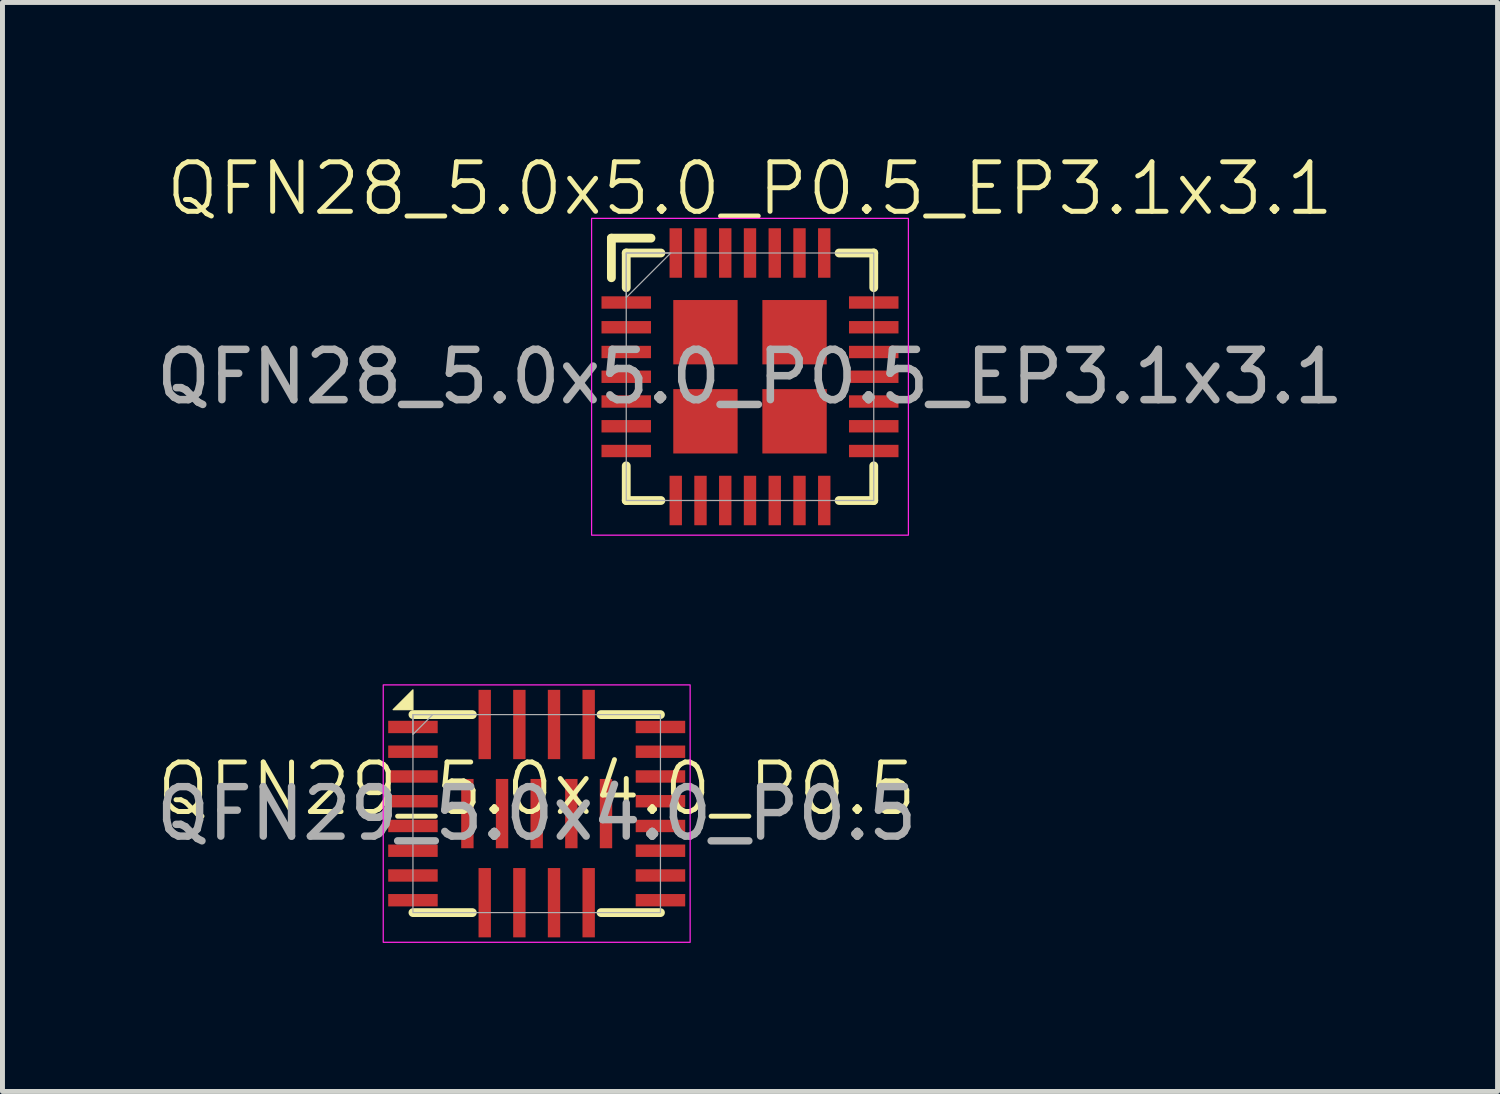
<source format=kicad_pcb>
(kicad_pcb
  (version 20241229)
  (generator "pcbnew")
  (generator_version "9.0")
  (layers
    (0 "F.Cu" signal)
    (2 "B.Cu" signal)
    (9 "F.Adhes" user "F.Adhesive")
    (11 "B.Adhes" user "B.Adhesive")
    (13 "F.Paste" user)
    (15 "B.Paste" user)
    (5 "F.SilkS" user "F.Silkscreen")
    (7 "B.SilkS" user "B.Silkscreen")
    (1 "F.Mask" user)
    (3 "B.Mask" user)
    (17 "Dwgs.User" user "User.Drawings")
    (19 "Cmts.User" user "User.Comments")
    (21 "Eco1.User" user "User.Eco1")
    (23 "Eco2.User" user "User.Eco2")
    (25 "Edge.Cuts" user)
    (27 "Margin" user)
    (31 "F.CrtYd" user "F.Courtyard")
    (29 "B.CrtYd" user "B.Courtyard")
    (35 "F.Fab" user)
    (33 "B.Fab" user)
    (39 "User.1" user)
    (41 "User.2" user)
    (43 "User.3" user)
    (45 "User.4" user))
  (footprint "QFN29_5.0x4.0_P0.5"
    (layer "F.Cu")
    (at 7.792 13.386)
    (property "Reference" "QFN29_5.0x4.0_P0.5" (at 0 -0.5 0) (unlocked yes) (layer "F.SilkS") (effects (font (size 1 1) (thickness 0.1))))
    (attr smd)
    (fp_line (start -2.5 -2) (end -1.3 -2) (stroke (width 0.178) (type default)) (layer "F.SilkS"))
    (fp_line (start -2.5 2) (end -1.3 2) (stroke (width 0.178) (type default)) (layer "F.SilkS"))
    (fp_line (start 1.3 -2) (end 2.5 -2) (stroke (width 0.178) (type default)) (layer "F.SilkS"))
    (fp_line (start 1.3 2) (end 2.5 2) (stroke (width 0.178) (type default)) (layer "F.SilkS"))
    (fp_poly (pts (xy -2.9 -2.1) (xy -2.5 -2.1) (xy -2.5 -2.5)) (stroke (width 0.025) (type solid)) (fill yes) (layer "F.SilkS"))
    (fp_rect (start -3.1 2.6) (end 3.1 -2.6) (stroke (width 0.025) (type default)) (fill no) (layer "F.CrtYd"))
    (fp_rect (start -2.5 2) (end 2.5 -2) (stroke (width 0.025) (type default)) (fill no) (layer "F.Fab"))
    (fp_poly (pts (xy -2.5 -2) (xy -2.5 -1.6) (xy -2.1 -2)) (stroke (width 0.025) (type solid)) (fill no) (layer "F.Fab"))
    (fp_text user "${REFERENCE}" (at 0 0 0) (unlocked yes) (layer "F.Fab") (effects (font (size 1 1) (thickness 0.15))))
    (pad "1" smd rect (at -2.5 -1.75) (size 1 0.25) (layers "F.Cu" "F.Mask" "F.Paste"))
    (pad "2" smd rect (at -2.5 -1.25) (size 1 0.25) (layers "F.Cu" "F.Mask" "F.Paste"))
    (pad "3" smd rect (at -2.5 -0.75) (size 1 0.25) (layers "F.Cu" "F.Mask" "F.Paste"))
    (pad "4" smd rect (at -2.5 -0.25) (size 1 0.25) (layers "F.Cu" "F.Mask" "F.Paste"))
    (pad "5" smd rect (at -2.5 0.25) (size 1 0.25) (layers "F.Cu" "F.Mask" "F.Paste"))
    (pad "6" smd rect (at -2.5 0.75) (size 1 0.25) (layers "F.Cu" "F.Mask" "F.Paste"))
    (pad "7" smd rect (at -2.5 1.25) (size 1 0.25) (layers "F.Cu" "F.Mask" "F.Paste"))
    (pad "8" smd rect (at -2.5 1.75) (size 1 0.25) (layers "F.Cu" "F.Mask" "F.Paste"))
    (pad "9" smd rect (at -1.05 1.8) (size 0.25 1.4) (layers "F.Cu" "F.Mask" "F.Paste"))
    (pad "10" smd rect (at -0.35 1.8) (size 0.25 1.4) (layers "F.Cu" "F.Mask" "F.Paste"))
    (pad "11" smd rect (at 0.35 1.8) (size 0.25 1.4) (layers "F.Cu" "F.Mask" "F.Paste"))
    (pad "12" smd rect (at 1.05 1.8) (size 0.25 1.4) (layers "F.Cu" "F.Mask" "F.Paste"))
    (pad "13" smd rect (at 2.5 1.75) (size 1 0.25) (layers "F.Cu" "F.Mask" "F.Paste"))
    (pad "14" smd rect (at 2.5 1.25) (size 1 0.25) (layers "F.Cu" "F.Mask" "F.Paste"))
    (pad "15" smd rect (at 2.5 0.75) (size 1 0.25) (layers "F.Cu" "F.Mask" "F.Paste"))
    (pad "16" smd rect (at 2.5 0.25) (size 1 0.25) (layers "F.Cu" "F.Mask" "F.Paste"))
    (pad "17" smd rect (at 2.5 -0.25) (size 1 0.25) (layers "F.Cu" "F.Mask" "F.Paste"))
    (pad "18" smd rect (at 2.5 -0.75) (size 1 0.25) (layers "F.Cu" "F.Mask" "F.Paste"))
    (pad "19" smd rect (at 2.5 -1.25) (size 1 0.25) (layers "F.Cu" "F.Mask" "F.Paste"))
    (pad "20" smd rect (at 2.5 -1.75) (size 1 0.25) (layers "F.Cu" "F.Mask" "F.Paste"))
    (pad "21" smd rect (at 1.05 -1.8) (size 0.25 1.4) (layers "F.Cu" "F.Mask" "F.Paste"))
    (pad "22" smd rect (at 0.35 -1.8) (size 0.25 1.4) (layers "F.Cu" "F.Mask" "F.Paste"))
    (pad "23" smd rect (at -0.35 -1.8) (size 0.25 1.4) (layers "F.Cu" "F.Mask" "F.Paste"))
    (pad "24" smd rect (at -1.05 -1.8) (size 0.25 1.4) (layers "F.Cu" "F.Mask" "F.Paste"))
    (pad "25" smd rect (at -1.4 0) (size 0.25 1.4) (layers "F.Cu" "F.Mask" "F.Paste"))
    (pad "26" smd rect (at -0.7 0) (size 0.25 1.4) (layers "F.Cu" "F.Mask" "F.Paste"))
    (pad "27" smd rect (at 0 0) (size 0.25 1.4) (layers "F.Cu" "F.Mask" "F.Paste"))
    (pad "28" smd rect (at 0.7 0) (size 0.25 1.4) (layers "F.Cu" "F.Mask" "F.Paste"))
    (pad "29" smd rect (at 1.4 0) (size 0.25 1.4) (layers "F.Cu" "F.Mask" "F.Paste")))
  (footprint "QFN28_5.0x5.0_P0.5_EP3.1x3.1"
    (layer "F.Cu")
    (at 12.101 4.561)
    (property "Reference" "QFN28_5.0x5.0_P0.5_EP3.1x3.1" (at 0 -3.8 0) (unlocked yes) (layer "F.SilkS") (effects (font (size 1 1) (thickness 0.1))))
    (attr smd)
    (fp_line (start -2.8 -2.8) (end -2 -2.8) (stroke (width 0.178) (type default)) (layer "F.SilkS"))
    (fp_line (start -2.8 -2) (end -2.8 -2.8) (stroke (width 0.178) (type default)) (layer "F.SilkS"))
    (fp_line (start -2.5 -2.5) (end -1.8 -2.5) (stroke (width 0.178) (type default)) (layer "F.SilkS"))
    (fp_line (start -2.5 -1.8) (end -2.5 -2.5) (stroke (width 0.178) (type default)) (layer "F.SilkS"))
    (fp_line (start -2.5 1.8) (end -2.5 2.5) (stroke (width 0.178) (type default)) (layer "F.SilkS"))
    (fp_line (start -2.5 2.5) (end -1.8 2.5) (stroke (width 0.178) (type default)) (layer "F.SilkS"))
    (fp_line (start 1.8 -2.5) (end 2.5 -2.5) (stroke (width 0.178) (type default)) (layer "F.SilkS"))
    (fp_line (start 1.8 2.5) (end 2.5 2.5) (stroke (width 0.178) (type default)) (layer "F.SilkS"))
    (fp_line (start 2.5 -2.5) (end 2.5 -1.8) (stroke (width 0.178) (type default)) (layer "F.SilkS"))
    (fp_line (start 2.5 2.5) (end 2.5 1.8) (stroke (width 0.178) (type default)) (layer "F.SilkS"))
    (fp_rect (start -3.2 -3.2) (end 3.2 3.2) (stroke (width 0.025) (type default)) (fill no) (layer "F.CrtYd"))
    (fp_rect (start -2.5 2.5) (end 2.5 -2.5) (stroke (width 0.025) (type solid)) (fill no) (layer "F.Fab"))
    (fp_poly (pts (xy -2.5 -2.5) (xy -2.5 -1.6) (xy -1.6 -2.5)) (stroke (width 0.025) (type solid)) (fill no) (layer "F.Fab"))
    (fp_text user "${REFERENCE}" (at 0 0 0) (unlocked yes) (layer "F.Fab") (effects (font (size 1.016 1.016) (thickness 0.152))))
    (pad "1" smd rect (at -2.5 -1.5) (size 1 0.25) (layers "F.Cu" "F.Mask" "F.Paste"))
    (pad "2" smd rect (at -2.5 -1) (size 1 0.25) (layers "F.Cu" "F.Mask" "F.Paste"))
    (pad "3" smd rect (at -2.5 -0.5) (size 1 0.25) (layers "F.Cu" "F.Mask" "F.Paste"))
    (pad "4" smd rect (at -2.5 0) (size 1 0.25) (layers "F.Cu" "F.Mask" "F.Paste"))
    (pad "5" smd rect (at -2.5 0.5) (size 1 0.25) (layers "F.Cu" "F.Mask" "F.Paste"))
    (pad "6" smd rect (at -2.5 1) (size 1 0.25) (layers "F.Cu" "F.Mask" "F.Paste"))
    (pad "7" smd rect (at -2.5 1.5) (size 1 0.25) (layers "F.Cu" "F.Mask" "F.Paste"))
    (pad "8" smd rect (at -1.5 2.5) (size 0.25 1) (layers "F.Cu" "F.Mask" "F.Paste"))
    (pad "9" smd rect (at -1 2.5) (size 0.25 1) (layers "F.Cu" "F.Mask" "F.Paste"))
    (pad "10" smd rect (at -0.5 2.5) (size 0.25 1) (layers "F.Cu" "F.Mask" "F.Paste"))
    (pad "11" smd rect (at 0 2.5) (size 0.25 1) (layers "F.Cu" "F.Mask" "F.Paste"))
    (pad "12" smd rect (at 0.5 2.5) (size 0.25 1) (layers "F.Cu" "F.Mask" "F.Paste"))
    (pad "13" smd rect (at 1 2.5) (size 0.25 1) (layers "F.Cu" "F.Mask" "F.Paste"))
    (pad "14" smd rect (at 1.5 2.5) (size 0.25 1) (layers "F.Cu" "F.Mask" "F.Paste"))
    (pad "15" smd rect (at 2.5 1.5) (size 1 0.25) (layers "F.Cu" "F.Mask" "F.Paste"))
    (pad "16" smd rect (at 2.5 1) (size 1 0.25) (layers "F.Cu" "F.Mask" "F.Paste"))
    (pad "17" smd rect (at 2.5 0.5) (size 1 0.25) (layers "F.Cu" "F.Mask" "F.Paste"))
    (pad "18" smd rect (at 2.5 0) (size 1 0.25) (layers "F.Cu" "F.Mask" "F.Paste"))
    (pad "19" smd rect (at 2.5 -0.5) (size 1 0.25) (layers "F.Cu" "F.Mask" "F.Paste"))
    (pad "20" smd rect (at 2.5 -1) (size 1 0.25) (layers "F.Cu" "F.Mask" "F.Paste"))
    (pad "21" smd rect (at 2.5 -1.5) (size 1 0.25) (layers "F.Cu" "F.Mask" "F.Paste"))
    (pad "22" smd rect (at 1.5 -2.5) (size 0.25 1) (layers "F.Cu" "F.Mask" "F.Paste"))
    (pad "23" smd rect (at 1 -2.5) (size 0.25 1) (layers "F.Cu" "F.Mask" "F.Paste"))
    (pad "24" smd rect (at 0.5 -2.5) (size 0.25 1) (layers "F.Cu" "F.Mask" "F.Paste"))
    (pad "25" smd rect (at 0 -2.5) (size 0.25 1) (layers "F.Cu" "F.Mask" "F.Paste"))
    (pad "26" smd rect (at -0.5 -2.5) (size 0.25 1) (layers "F.Cu" "F.Mask" "F.Paste"))
    (pad "27" smd rect (at -1 -2.5) (size 0.25 1) (layers "F.Cu" "F.Mask" "F.Paste"))
    (pad "28" smd rect (at -1.5 -2.5) (size 0.25 1) (layers "F.Cu" "F.Mask" "F.Paste"))
    (pad "29" smd rect (at -0.9 -0.9) (size 1.3 1.3) (layers "F.Cu" "F.Mask" "F.Paste"))
    (pad "29" smd rect (at -0.9 0.9) (size 1.3 1.3) (layers "F.Cu" "F.Mask" "F.Paste"))
    (pad "29" smd rect (at 0.9 -0.9) (size 1.3 1.3) (layers "F.Cu" "F.Mask" "F.Paste"))
    (pad "29" smd rect (at 0.9 0.9) (size 1.3 1.3) (layers "F.Cu" "F.Mask" "F.Paste")))
  (gr_rect
    (start -3 -3)
    (end 27.203 18.999)
    (stroke (width 0.1) (type default))
    (fill no)
    (layer "Edge.Cuts")))
</source>
